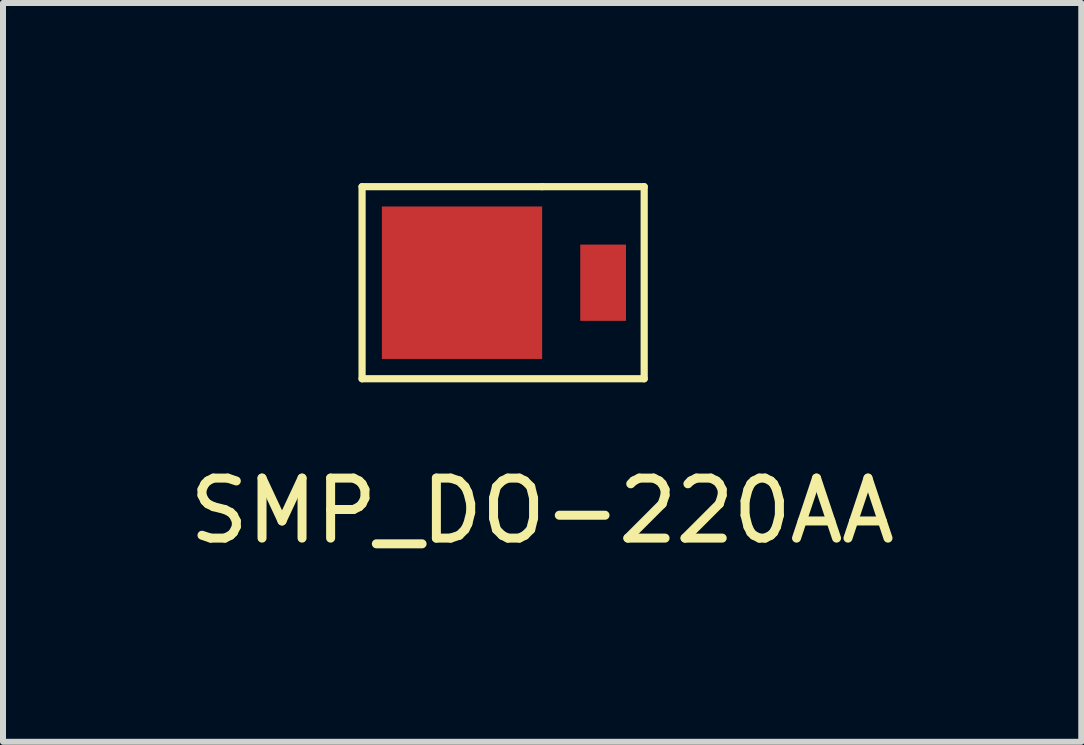
<source format=kicad_pcb>
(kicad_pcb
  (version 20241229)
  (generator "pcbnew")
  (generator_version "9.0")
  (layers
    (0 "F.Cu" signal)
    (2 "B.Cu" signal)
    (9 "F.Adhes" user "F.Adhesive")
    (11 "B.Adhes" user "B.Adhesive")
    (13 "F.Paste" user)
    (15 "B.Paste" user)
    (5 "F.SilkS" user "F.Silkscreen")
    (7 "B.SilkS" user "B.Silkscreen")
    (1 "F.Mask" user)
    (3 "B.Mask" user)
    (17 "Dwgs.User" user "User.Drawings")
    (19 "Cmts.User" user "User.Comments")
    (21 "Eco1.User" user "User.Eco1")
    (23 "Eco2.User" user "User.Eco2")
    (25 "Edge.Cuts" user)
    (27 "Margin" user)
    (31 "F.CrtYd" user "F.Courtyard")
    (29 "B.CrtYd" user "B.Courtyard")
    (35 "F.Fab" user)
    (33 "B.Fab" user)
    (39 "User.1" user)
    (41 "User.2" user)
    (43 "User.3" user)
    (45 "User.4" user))
  (footprint "SMP_DO-220AA"
    (layer "F.Cu")
    (at 5.982 1.66)
    (property "Reference" "SMP_DO-220AA" (at 0 3.8 0) (layer "F.SilkS") (effects (font (size 1 1) (thickness 0.15))))
    (attr through_hole)
    (fp_line (start -3 -1.6) (end -3 1.6) (stroke (width 0.12) (type solid)) (layer "F.SilkS"))
    (fp_line (start -3 1.6) (end 1.7 1.6) (stroke (width 0.12) (type solid)) (layer "F.SilkS"))
    (fp_line (start 0 -1.6) (end -3 -1.6) (stroke (width 0.12) (type solid)) (layer "F.SilkS"))
    (fp_line (start 1.7 -1.6) (end 0 -1.6) (stroke (width 0.12) (type solid)) (layer "F.SilkS"))
    (fp_line (start 1.7 1.6) (end 1.7 -1.6) (stroke (width 0.12) (type solid)) (layer "F.SilkS"))
    (pad "1" smd rect (at -1.335 0) (size 2.67 2.54) (layers "F.Cu" "F.Mask" "F.Paste"))
    (pad "2" smd rect (at 1.016 0) (size 0.762 1.27) (layers "F.Cu" "F.Mask" "F.Paste")))
  (gr_rect
    (start -3 -3)
    (end 14.964 9.308)
    (stroke (width 0.1) (type default))
    (fill no)
    (layer "Edge.Cuts")))
</source>
